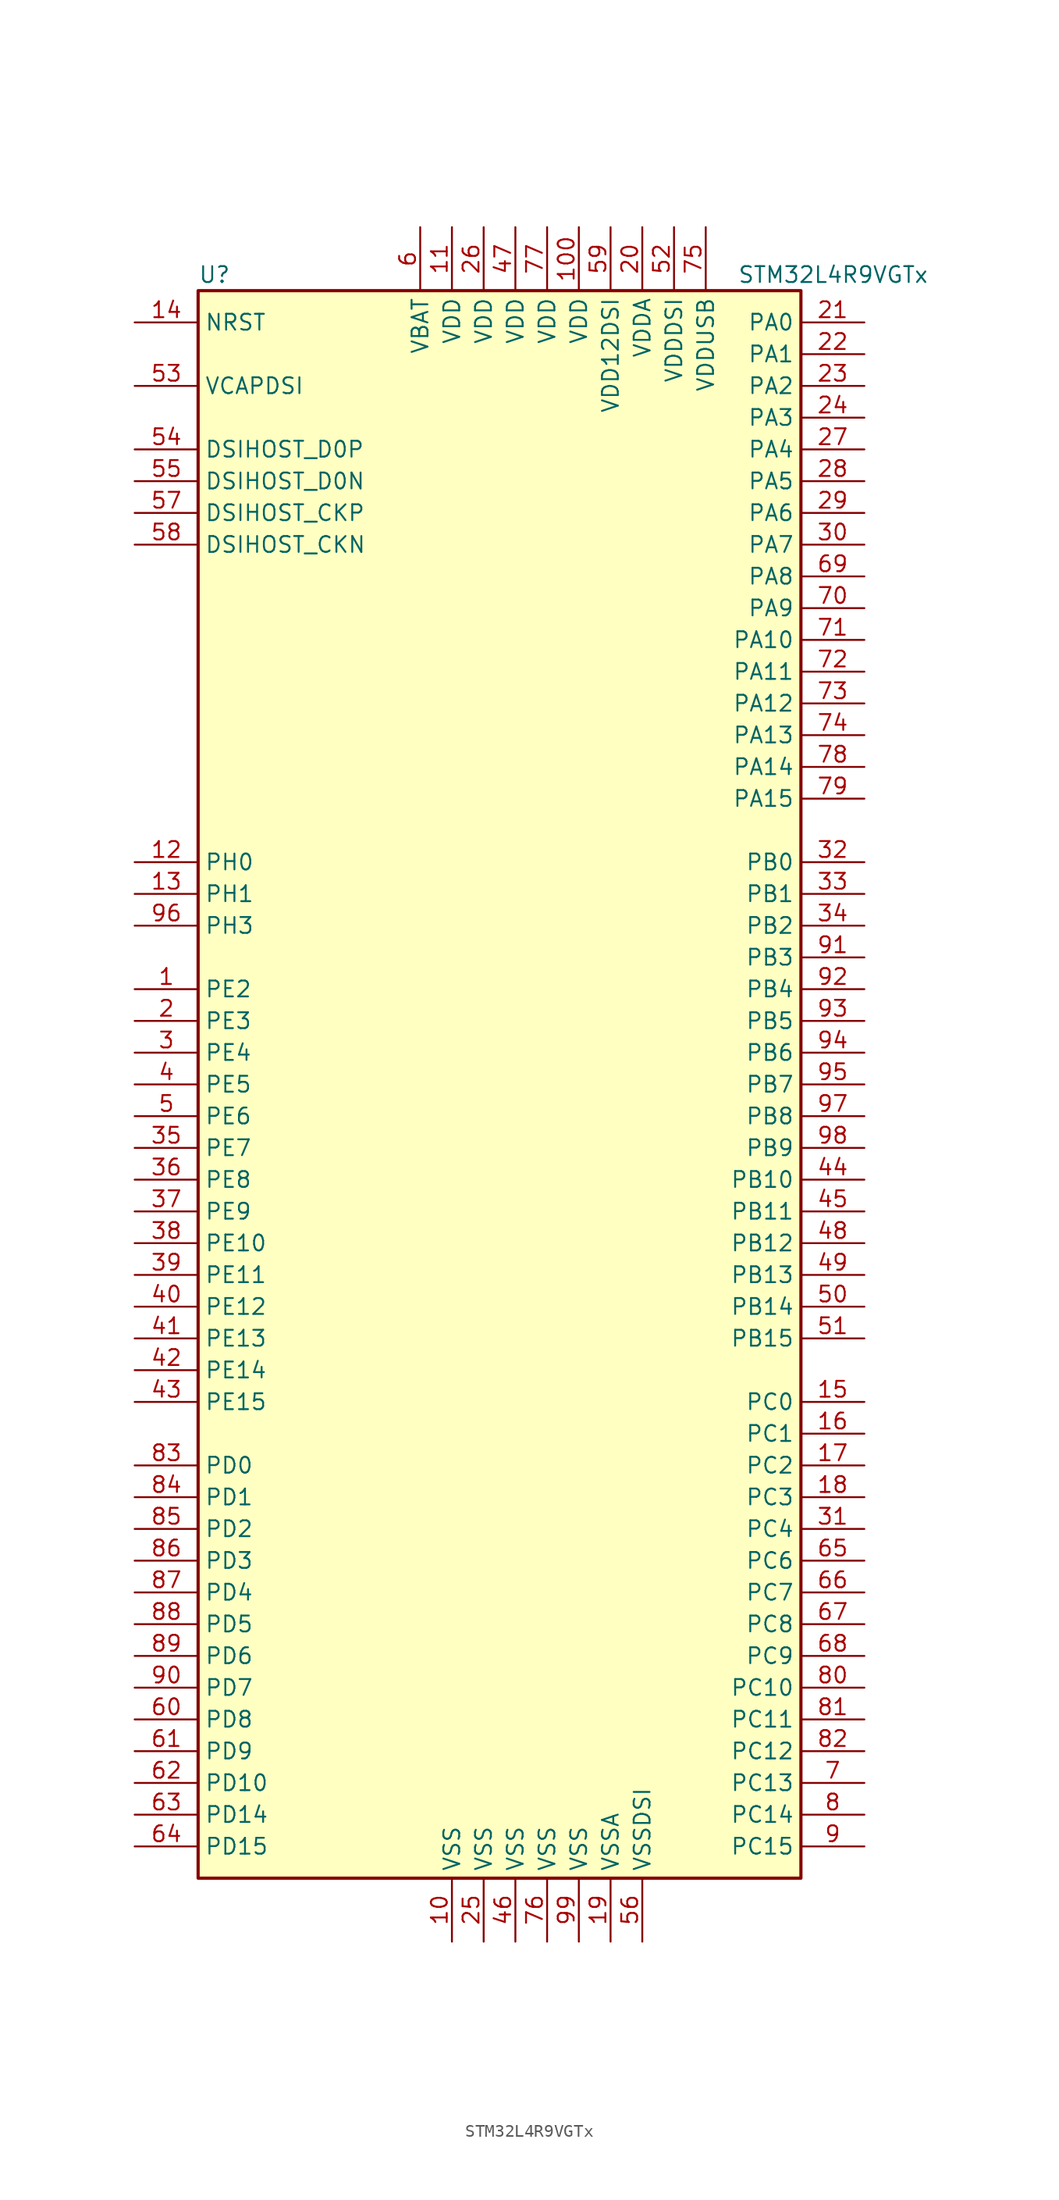
<source format=kicad_sym>
(kicad_symbol_lib
  (version 20220914)
  (generator kicad_symbol_editor)
  (symbol "STM32L4R9VGTx"
    (property "Reference" "U"
      (at -25.4 64.77 0)
      (effects (font (size 1.27 1.27)) (justify left)))
    (property "Value" "STM32L4R9VGTx"
      (at 17.78 64.77 0)
      (effects (font (size 1.27 1.27)) (justify left)))
    (symbol "STM32L4R9VGTx_0_1"
      (rectangle (start -25.4 -63.5) (end 22.86 63.5) (stroke (width 0.254) (type default)) (fill (type background))))
    (symbol "STM32L4R9VGTx_1_1"
      (pin bidirectional line (at -30.48 7.62 0) (length 5.08) (name "PE2" (effects (font (size 1.27 1.27)))) (number "1" (effects (font (size 1.27 1.27)))))
      (pin power_in line (at -5.08 -68.58 90) (length 5.08) (name "VSS" (effects (font (size 1.27 1.27)))) (number "10" (effects (font (size 1.27 1.27)))))
      (pin power_in line (at 5.08 68.58 270) (length 5.08) (name "VDD" (effects (font (size 1.27 1.27)))) (number "100" (effects (font (size 1.27 1.27)))))
      (pin power_in line (at -5.08 68.58 270) (length 5.08) (name "VDD" (effects (font (size 1.27 1.27)))) (number "11" (effects (font (size 1.27 1.27)))))
      (pin input line (at -30.48 17.78 0) (length 5.08) (name "PH0" (effects (font (size 1.27 1.27)))) (number "12" (effects (font (size 1.27 1.27)))))
      (pin input line (at -30.48 15.24 0) (length 5.08) (name "PH1" (effects (font (size 1.27 1.27)))) (number "13" (effects (font (size 1.27 1.27)))))
      (pin input line (at -30.48 60.96 0) (length 5.08) (name "NRST" (effects (font (size 1.27 1.27)))) (number "14" (effects (font (size 1.27 1.27)))))
      (pin bidirectional line (at 27.94 -25.4 180) (length 5.08) (name "PC0" (effects (font (size 1.27 1.27)))) (number "15" (effects (font (size 1.27 1.27)))))
      (pin bidirectional line (at 27.94 -27.94 180) (length 5.08) (name "PC1" (effects (font (size 1.27 1.27)))) (number "16" (effects (font (size 1.27 1.27)))))
      (pin bidirectional line (at 27.94 -30.48 180) (length 5.08) (name "PC2" (effects (font (size 1.27 1.27)))) (number "17" (effects (font (size 1.27 1.27)))))
      (pin bidirectional line (at 27.94 -33.02 180) (length 5.08) (name "PC3" (effects (font (size 1.27 1.27)))) (number "18" (effects (font (size 1.27 1.27)))))
      (pin power_in line (at 7.62 -68.58 90) (length 5.08) (name "VSSA" (effects (font (size 1.27 1.27)))) (number "19" (effects (font (size 1.27 1.27)))))
      (pin bidirectional line (at -30.48 5.08 0) (length 5.08) (name "PE3" (effects (font (size 1.27 1.27)))) (number "2" (effects (font (size 1.27 1.27)))))
      (pin power_in line (at 10.16 68.58 270) (length 5.08) (name "VDDA" (effects (font (size 1.27 1.27)))) (number "20" (effects (font (size 1.27 1.27)))))
      (pin bidirectional line (at 27.94 60.96 180) (length 5.08) (name "PA0" (effects (font (size 1.27 1.27)))) (number "21" (effects (font (size 1.27 1.27)))))
      (pin bidirectional line (at 27.94 58.42 180) (length 5.08) (name "PA1" (effects (font (size 1.27 1.27)))) (number "22" (effects (font (size 1.27 1.27)))))
      (pin bidirectional line (at 27.94 55.88 180) (length 5.08) (name "PA2" (effects (font (size 1.27 1.27)))) (number "23" (effects (font (size 1.27 1.27)))))
      (pin bidirectional line (at 27.94 53.34 180) (length 5.08) (name "PA3" (effects (font (size 1.27 1.27)))) (number "24" (effects (font (size 1.27 1.27)))))
      (pin power_in line (at -2.54 -68.58 90) (length 5.08) (name "VSS" (effects (font (size 1.27 1.27)))) (number "25" (effects (font (size 1.27 1.27)))))
      (pin power_in line (at -2.54 68.58 270) (length 5.08) (name "VDD" (effects (font (size 1.27 1.27)))) (number "26" (effects (font (size 1.27 1.27)))))
      (pin bidirectional line (at 27.94 50.8 180) (length 5.08) (name "PA4" (effects (font (size 1.27 1.27)))) (number "27" (effects (font (size 1.27 1.27)))))
      (pin bidirectional line (at 27.94 48.26 180) (length 5.08) (name "PA5" (effects (font (size 1.27 1.27)))) (number "28" (effects (font (size 1.27 1.27)))))
      (pin bidirectional line (at 27.94 45.72 180) (length 5.08) (name "PA6" (effects (font (size 1.27 1.27)))) (number "29" (effects (font (size 1.27 1.27)))))
      (pin bidirectional line (at -30.48 2.54 0) (length 5.08) (name "PE4" (effects (font (size 1.27 1.27)))) (number "3" (effects (font (size 1.27 1.27)))))
      (pin bidirectional line (at 27.94 43.18 180) (length 5.08) (name "PA7" (effects (font (size 1.27 1.27)))) (number "30" (effects (font (size 1.27 1.27)))))
      (pin bidirectional line (at 27.94 -35.56 180) (length 5.08) (name "PC4" (effects (font (size 1.27 1.27)))) (number "31" (effects (font (size 1.27 1.27)))))
      (pin bidirectional line (at 27.94 17.78 180) (length 5.08) (name "PB0" (effects (font (size 1.27 1.27)))) (number "32" (effects (font (size 1.27 1.27)))))
      (pin bidirectional line (at 27.94 15.24 180) (length 5.08) (name "PB1" (effects (font (size 1.27 1.27)))) (number "33" (effects (font (size 1.27 1.27)))))
      (pin bidirectional line (at 27.94 12.7 180) (length 5.08) (name "PB2" (effects (font (size 1.27 1.27)))) (number "34" (effects (font (size 1.27 1.27)))))
      (pin bidirectional line (at -30.48 -5.08 0) (length 5.08) (name "PE7" (effects (font (size 1.27 1.27)))) (number "35" (effects (font (size 1.27 1.27)))))
      (pin bidirectional line (at -30.48 -7.62 0) (length 5.08) (name "PE8" (effects (font (size 1.27 1.27)))) (number "36" (effects (font (size 1.27 1.27)))))
      (pin bidirectional line (at -30.48 -10.16 0) (length 5.08) (name "PE9" (effects (font (size 1.27 1.27)))) (number "37" (effects (font (size 1.27 1.27)))))
      (pin bidirectional line (at -30.48 -12.7 0) (length 5.08) (name "PE10" (effects (font (size 1.27 1.27)))) (number "38" (effects (font (size 1.27 1.27)))))
      (pin bidirectional line (at -30.48 -15.24 0) (length 5.08) (name "PE11" (effects (font (size 1.27 1.27)))) (number "39" (effects (font (size 1.27 1.27)))))
      (pin bidirectional line (at -30.48 0 0) (length 5.08) (name "PE5" (effects (font (size 1.27 1.27)))) (number "4" (effects (font (size 1.27 1.27)))))
      (pin bidirectional line (at -30.48 -17.78 0) (length 5.08) (name "PE12" (effects (font (size 1.27 1.27)))) (number "40" (effects (font (size 1.27 1.27)))))
      (pin bidirectional line (at -30.48 -20.32 0) (length 5.08) (name "PE13" (effects (font (size 1.27 1.27)))) (number "41" (effects (font (size 1.27 1.27)))))
      (pin bidirectional line (at -30.48 -22.86 0) (length 5.08) (name "PE14" (effects (font (size 1.27 1.27)))) (number "42" (effects (font (size 1.27 1.27)))))
      (pin bidirectional line (at -30.48 -25.4 0) (length 5.08) (name "PE15" (effects (font (size 1.27 1.27)))) (number "43" (effects (font (size 1.27 1.27)))))
      (pin bidirectional line (at 27.94 -7.62 180) (length 5.08) (name "PB10" (effects (font (size 1.27 1.27)))) (number "44" (effects (font (size 1.27 1.27)))))
      (pin bidirectional line (at 27.94 -10.16 180) (length 5.08) (name "PB11" (effects (font (size 1.27 1.27)))) (number "45" (effects (font (size 1.27 1.27)))))
      (pin power_in line (at 0 -68.58 90) (length 5.08) (name "VSS" (effects (font (size 1.27 1.27)))) (number "46" (effects (font (size 1.27 1.27)))))
      (pin power_in line (at 0 68.58 270) (length 5.08) (name "VDD" (effects (font (size 1.27 1.27)))) (number "47" (effects (font (size 1.27 1.27)))))
      (pin bidirectional line (at 27.94 -12.7 180) (length 5.08) (name "PB12" (effects (font (size 1.27 1.27)))) (number "48" (effects (font (size 1.27 1.27)))))
      (pin bidirectional line (at 27.94 -15.24 180) (length 5.08) (name "PB13" (effects (font (size 1.27 1.27)))) (number "49" (effects (font (size 1.27 1.27)))))
      (pin bidirectional line (at -30.48 -2.54 0) (length 5.08) (name "PE6" (effects (font (size 1.27 1.27)))) (number "5" (effects (font (size 1.27 1.27)))))
      (pin bidirectional line (at 27.94 -17.78 180) (length 5.08) (name "PB14" (effects (font (size 1.27 1.27)))) (number "50" (effects (font (size 1.27 1.27)))))
      (pin bidirectional line (at 27.94 -20.32 180) (length 5.08) (name "PB15" (effects (font (size 1.27 1.27)))) (number "51" (effects (font (size 1.27 1.27)))))
      (pin power_in line (at 12.7 68.58 270) (length 5.08) (name "VDDDSI" (effects (font (size 1.27 1.27)))) (number "52" (effects (font (size 1.27 1.27)))))
      (pin power_in line (at -30.48 55.88 0) (length 5.08) (name "VCAPDSI" (effects (font (size 1.27 1.27)))) (number "53" (effects (font (size 1.27 1.27)))))
      (pin bidirectional line (at -30.48 50.8 0) (length 5.08) (name "DSIHOST_D0P" (effects (font (size 1.27 1.27)))) (number "54" (effects (font (size 1.27 1.27)))))
      (pin bidirectional line (at -30.48 48.26 0) (length 5.08) (name "DSIHOST_D0N" (effects (font (size 1.27 1.27)))) (number "55" (effects (font (size 1.27 1.27)))))
      (pin power_in line (at 10.16 -68.58 90) (length 5.08) (name "VSSDSI" (effects (font (size 1.27 1.27)))) (number "56" (effects (font (size 1.27 1.27)))))
      (pin bidirectional line (at -30.48 45.72 0) (length 5.08) (name "DSIHOST_CKP" (effects (font (size 1.27 1.27)))) (number "57" (effects (font (size 1.27 1.27)))))
      (pin bidirectional line (at -30.48 43.18 0) (length 5.08) (name "DSIHOST_CKN" (effects (font (size 1.27 1.27)))) (number "58" (effects (font (size 1.27 1.27)))))
      (pin power_in line (at 7.62 68.58 270) (length 5.08) (name "VDD12DSI" (effects (font (size 1.27 1.27)))) (number "59" (effects (font (size 1.27 1.27)))))
      (pin power_in line (at -7.62 68.58 270) (length 5.08) (name "VBAT" (effects (font (size 1.27 1.27)))) (number "6" (effects (font (size 1.27 1.27)))))
      (pin bidirectional line (at -30.48 -50.8 0) (length 5.08) (name "PD8" (effects (font (size 1.27 1.27)))) (number "60" (effects (font (size 1.27 1.27)))))
      (pin bidirectional line (at -30.48 -53.34 0) (length 5.08) (name "PD9" (effects (font (size 1.27 1.27)))) (number "61" (effects (font (size 1.27 1.27)))))
      (pin bidirectional line (at -30.48 -55.88 0) (length 5.08) (name "PD10" (effects (font (size 1.27 1.27)))) (number "62" (effects (font (size 1.27 1.27)))))
      (pin bidirectional line (at -30.48 -58.42 0) (length 5.08) (name "PD14" (effects (font (size 1.27 1.27)))) (number "63" (effects (font (size 1.27 1.27)))))
      (pin bidirectional line (at -30.48 -60.96 0) (length 5.08) (name "PD15" (effects (font (size 1.27 1.27)))) (number "64" (effects (font (size 1.27 1.27)))))
      (pin bidirectional line (at 27.94 -38.1 180) (length 5.08) (name "PC6" (effects (font (size 1.27 1.27)))) (number "65" (effects (font (size 1.27 1.27)))))
      (pin bidirectional line (at 27.94 -40.64 180) (length 5.08) (name "PC7" (effects (font (size 1.27 1.27)))) (number "66" (effects (font (size 1.27 1.27)))))
      (pin bidirectional line (at 27.94 -43.18 180) (length 5.08) (name "PC8" (effects (font (size 1.27 1.27)))) (number "67" (effects (font (size 1.27 1.27)))))
      (pin bidirectional line (at 27.94 -45.72 180) (length 5.08) (name "PC9" (effects (font (size 1.27 1.27)))) (number "68" (effects (font (size 1.27 1.27)))))
      (pin bidirectional line (at 27.94 40.64 180) (length 5.08) (name "PA8" (effects (font (size 1.27 1.27)))) (number "69" (effects (font (size 1.27 1.27)))))
      (pin bidirectional line (at 27.94 -55.88 180) (length 5.08) (name "PC13" (effects (font (size 1.27 1.27)))) (number "7" (effects (font (size 1.27 1.27)))))
      (pin bidirectional line (at 27.94 38.1 180) (length 5.08) (name "PA9" (effects (font (size 1.27 1.27)))) (number "70" (effects (font (size 1.27 1.27)))))
      (pin bidirectional line (at 27.94 35.56 180) (length 5.08) (name "PA10" (effects (font (size 1.27 1.27)))) (number "71" (effects (font (size 1.27 1.27)))))
      (pin bidirectional line (at 27.94 33.02 180) (length 5.08) (name "PA11" (effects (font (size 1.27 1.27)))) (number "72" (effects (font (size 1.27 1.27)))))
      (pin bidirectional line (at 27.94 30.48 180) (length 5.08) (name "PA12" (effects (font (size 1.27 1.27)))) (number "73" (effects (font (size 1.27 1.27)))))
      (pin bidirectional line (at 27.94 27.94 180) (length 5.08) (name "PA13" (effects (font (size 1.27 1.27)))) (number "74" (effects (font (size 1.27 1.27)))))
      (pin power_in line (at 15.24 68.58 270) (length 5.08) (name "VDDUSB" (effects (font (size 1.27 1.27)))) (number "75" (effects (font (size 1.27 1.27)))))
      (pin power_in line (at 2.54 -68.58 90) (length 5.08) (name "VSS" (effects (font (size 1.27 1.27)))) (number "76" (effects (font (size 1.27 1.27)))))
      (pin power_in line (at 2.54 68.58 270) (length 5.08) (name "VDD" (effects (font (size 1.27 1.27)))) (number "77" (effects (font (size 1.27 1.27)))))
      (pin bidirectional line (at 27.94 25.4 180) (length 5.08) (name "PA14" (effects (font (size 1.27 1.27)))) (number "78" (effects (font (size 1.27 1.27)))))
      (pin bidirectional line (at 27.94 22.86 180) (length 5.08) (name "PA15" (effects (font (size 1.27 1.27)))) (number "79" (effects (font (size 1.27 1.27)))))
      (pin bidirectional line (at 27.94 -58.42 180) (length 5.08) (name "PC14" (effects (font (size 1.27 1.27)))) (number "8" (effects (font (size 1.27 1.27)))))
      (pin bidirectional line (at 27.94 -48.26 180) (length 5.08) (name "PC10" (effects (font (size 1.27 1.27)))) (number "80" (effects (font (size 1.27 1.27)))))
      (pin bidirectional line (at 27.94 -50.8 180) (length 5.08) (name "PC11" (effects (font (size 1.27 1.27)))) (number "81" (effects (font (size 1.27 1.27)))))
      (pin bidirectional line (at 27.94 -53.34 180) (length 5.08) (name "PC12" (effects (font (size 1.27 1.27)))) (number "82" (effects (font (size 1.27 1.27)))))
      (pin bidirectional line (at -30.48 -30.48 0) (length 5.08) (name "PD0" (effects (font (size 1.27 1.27)))) (number "83" (effects (font (size 1.27 1.27)))))
      (pin bidirectional line (at -30.48 -33.02 0) (length 5.08) (name "PD1" (effects (font (size 1.27 1.27)))) (number "84" (effects (font (size 1.27 1.27)))))
      (pin bidirectional line (at -30.48 -35.56 0) (length 5.08) (name "PD2" (effects (font (size 1.27 1.27)))) (number "85" (effects (font (size 1.27 1.27)))))
      (pin bidirectional line (at -30.48 -38.1 0) (length 5.08) (name "PD3" (effects (font (size 1.27 1.27)))) (number "86" (effects (font (size 1.27 1.27)))))
      (pin bidirectional line (at -30.48 -40.64 0) (length 5.08) (name "PD4" (effects (font (size 1.27 1.27)))) (number "87" (effects (font (size 1.27 1.27)))))
      (pin bidirectional line (at -30.48 -43.18 0) (length 5.08) (name "PD5" (effects (font (size 1.27 1.27)))) (number "88" (effects (font (size 1.27 1.27)))))
      (pin bidirectional line (at -30.48 -45.72 0) (length 5.08) (name "PD6" (effects (font (size 1.27 1.27)))) (number "89" (effects (font (size 1.27 1.27)))))
      (pin bidirectional line (at 27.94 -60.96 180) (length 5.08) (name "PC15" (effects (font (size 1.27 1.27)))) (number "9" (effects (font (size 1.27 1.27)))))
      (pin bidirectional line (at -30.48 -48.26 0) (length 5.08) (name "PD7" (effects (font (size 1.27 1.27)))) (number "90" (effects (font (size 1.27 1.27)))))
      (pin bidirectional line (at 27.94 10.16 180) (length 5.08) (name "PB3" (effects (font (size 1.27 1.27)))) (number "91" (effects (font (size 1.27 1.27)))))
      (pin bidirectional line (at 27.94 7.62 180) (length 5.08) (name "PB4" (effects (font (size 1.27 1.27)))) (number "92" (effects (font (size 1.27 1.27)))))
      (pin bidirectional line (at 27.94 5.08 180) (length 5.08) (name "PB5" (effects (font (size 1.27 1.27)))) (number "93" (effects (font (size 1.27 1.27)))))
      (pin bidirectional line (at 27.94 2.54 180) (length 5.08) (name "PB6" (effects (font (size 1.27 1.27)))) (number "94" (effects (font (size 1.27 1.27)))))
      (pin bidirectional line (at 27.94 0 180) (length 5.08) (name "PB7" (effects (font (size 1.27 1.27)))) (number "95" (effects (font (size 1.27 1.27)))))
      (pin bidirectional line (at -30.48 12.7 0) (length 5.08) (name "PH3" (effects (font (size 1.27 1.27)))) (number "96" (effects (font (size 1.27 1.27)))))
      (pin bidirectional line (at 27.94 -2.54 180) (length 5.08) (name "PB8" (effects (font (size 1.27 1.27)))) (number "97" (effects (font (size 1.27 1.27)))))
      (pin bidirectional line (at 27.94 -5.08 180) (length 5.08) (name "PB9" (effects (font (size 1.27 1.27)))) (number "98" (effects (font (size 1.27 1.27)))))
      (pin power_in line (at 5.08 -68.58 90) (length 5.08) (name "VSS" (effects (font (size 1.27 1.27)))) (number "99" (effects (font (size 1.27 1.27))))))))
</source>
